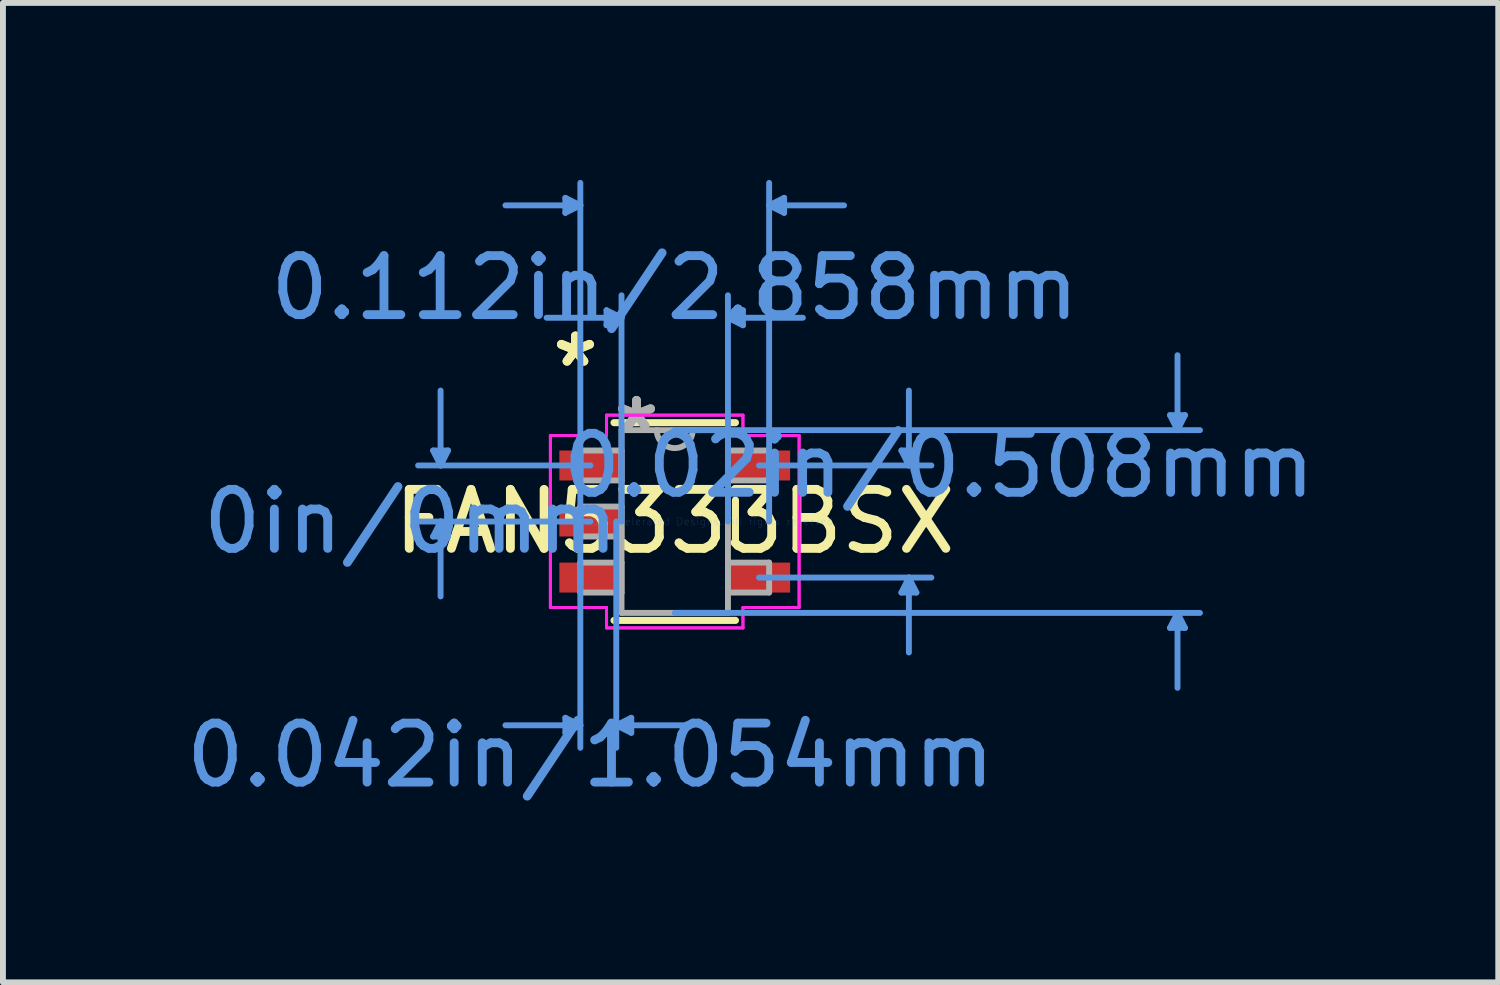
<source format=kicad_pcb>
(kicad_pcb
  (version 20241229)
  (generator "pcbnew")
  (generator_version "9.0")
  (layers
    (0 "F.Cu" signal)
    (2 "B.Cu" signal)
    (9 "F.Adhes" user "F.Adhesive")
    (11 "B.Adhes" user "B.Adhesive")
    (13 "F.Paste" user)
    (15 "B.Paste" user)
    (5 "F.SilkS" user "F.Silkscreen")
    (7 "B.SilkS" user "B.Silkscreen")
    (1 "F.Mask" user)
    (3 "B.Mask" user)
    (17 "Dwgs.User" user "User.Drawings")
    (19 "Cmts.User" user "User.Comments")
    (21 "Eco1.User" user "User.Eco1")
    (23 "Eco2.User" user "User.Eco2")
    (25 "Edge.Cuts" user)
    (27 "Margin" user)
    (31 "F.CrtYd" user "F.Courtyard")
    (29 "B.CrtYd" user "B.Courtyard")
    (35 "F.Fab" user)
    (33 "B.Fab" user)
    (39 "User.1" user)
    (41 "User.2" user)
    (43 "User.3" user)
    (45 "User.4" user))
  (footprint "FAN5333BSX"
    (layer "F.Cu")
    (at 8.387 5.79)
    (property "Reference" "FAN5333BSX" (at 0 0 0) (layer "F.SilkS") (effects (font (size 1 1) (thickness 0.15))))
    (attr through_hole)
    (fp_line (start -1.029 1.676) (end 1.029 1.676) (stroke (width 0.12) (type solid)) (layer "F.SilkS"))
    (fp_line (start 1.029 -1.676) (end -1.029 -1.676) (stroke (width 0.12) (type solid)) (layer "F.SilkS"))
    (fp_line (start 1.029 0.363) (end 1.029 -0.363) (stroke (width 0.12) (type solid)) (layer "F.SilkS"))
    (fp_line (start -4.096 -1.204) (end -3.842 -1.204) (stroke (width 0.1) (type solid)) (layer "Cmts.User"))
    (fp_line (start -4.096 0.254) (end -3.842 0.254) (stroke (width 0.1) (type solid)) (layer "Cmts.User"))
    (fp_line (start -3.969 -0.95) (end -4.096 -1.204) (stroke (width 0.1) (type solid)) (layer "Cmts.User"))
    (fp_line (start -3.969 -0.95) (end -3.969 -2.22) (stroke (width 0.1) (type solid)) (layer "Cmts.User"))
    (fp_line (start -3.969 -0.95) (end -3.842 -1.204) (stroke (width 0.1) (type solid)) (layer "Cmts.User"))
    (fp_line (start -3.969 0) (end -4.096 0.254) (stroke (width 0.1) (type solid)) (layer "Cmts.User"))
    (fp_line (start -3.969 0) (end -3.969 1.27) (stroke (width 0.1) (type solid)) (layer "Cmts.User"))
    (fp_line (start -3.969 0) (end -3.842 0.254) (stroke (width 0.1) (type solid)) (layer "Cmts.User"))
    (fp_line (start -1.854 -5.486) (end -1.854 -5.232) (stroke (width 0.1) (type solid)) (layer "Cmts.User"))
    (fp_line (start -1.854 3.327) (end -1.854 3.581) (stroke (width 0.1) (type solid)) (layer "Cmts.User"))
    (fp_line (start -1.6 -5.359) (end -2.87 -5.359) (stroke (width 0.1) (type solid)) (layer "Cmts.User"))
    (fp_line (start -1.6 -5.359) (end -1.854 -5.486) (stroke (width 0.1) (type solid)) (layer "Cmts.User"))
    (fp_line (start -1.6 -5.359) (end -1.854 -5.232) (stroke (width 0.1) (type solid)) (layer "Cmts.User"))
    (fp_line (start -1.6 0) (end -1.6 -5.74) (stroke (width 0.1) (type solid)) (layer "Cmts.User"))
    (fp_line (start -1.6 0) (end -1.6 3.835) (stroke (width 0.1) (type solid)) (layer "Cmts.User"))
    (fp_line (start -1.6 3.454) (end -2.87 3.454) (stroke (width 0.1) (type solid)) (layer "Cmts.User"))
    (fp_line (start -1.6 3.454) (end -1.854 3.327) (stroke (width 0.1) (type solid)) (layer "Cmts.User"))
    (fp_line (start -1.6 3.454) (end -1.854 3.581) (stroke (width 0.1) (type solid)) (layer "Cmts.User"))
    (fp_line (start -1.429 -0.95) (end -4.35 -0.95) (stroke (width 0.1) (type solid)) (layer "Cmts.User"))
    (fp_line (start -1.429 0) (end -4.35 0) (stroke (width 0.1) (type solid)) (layer "Cmts.User"))
    (fp_line (start -1.156 -3.581) (end -1.156 -3.327) (stroke (width 0.1) (type solid)) (layer "Cmts.User"))
    (fp_line (start -0.991 0) (end -0.991 3.835) (stroke (width 0.1) (type solid)) (layer "Cmts.User"))
    (fp_line (start -0.991 3.454) (end -0.737 3.327) (stroke (width 0.1) (type solid)) (layer "Cmts.User"))
    (fp_line (start -0.991 3.454) (end -0.737 3.581) (stroke (width 0.1) (type solid)) (layer "Cmts.User"))
    (fp_line (start -0.991 3.454) (end 0.279 3.454) (stroke (width 0.1) (type solid)) (layer "Cmts.User"))
    (fp_line (start -0.902 -3.454) (end -2.172 -3.454) (stroke (width 0.1) (type solid)) (layer "Cmts.User"))
    (fp_line (start -0.902 -3.454) (end -1.156 -3.581) (stroke (width 0.1) (type solid)) (layer "Cmts.User"))
    (fp_line (start -0.902 -3.454) (end -1.156 -3.327) (stroke (width 0.1) (type solid)) (layer "Cmts.User"))
    (fp_line (start -0.902 0) (end -0.902 -3.835) (stroke (width 0.1) (type solid)) (layer "Cmts.User"))
    (fp_line (start -0.737 3.327) (end -0.737 3.581) (stroke (width 0.1) (type solid)) (layer "Cmts.User"))
    (fp_line (start 0 -1.549) (end 8.903 -1.549) (stroke (width 0.1) (type solid)) (layer "Cmts.User"))
    (fp_line (start 0 1.549) (end 8.903 1.549) (stroke (width 0.1) (type solid)) (layer "Cmts.User"))
    (fp_line (start 0.902 -3.454) (end 1.156 -3.581) (stroke (width 0.1) (type solid)) (layer "Cmts.User"))
    (fp_line (start 0.902 -3.454) (end 1.156 -3.327) (stroke (width 0.1) (type solid)) (layer "Cmts.User"))
    (fp_line (start 0.902 -3.454) (end 2.172 -3.454) (stroke (width 0.1) (type solid)) (layer "Cmts.User"))
    (fp_line (start 0.902 0) (end 0.902 -3.835) (stroke (width 0.1) (type solid)) (layer "Cmts.User"))
    (fp_line (start 1.156 -3.581) (end 1.156 -3.327) (stroke (width 0.1) (type solid)) (layer "Cmts.User"))
    (fp_line (start 1.429 -0.95) (end 4.35 -0.95) (stroke (width 0.1) (type solid)) (layer "Cmts.User"))
    (fp_line (start 1.429 0.95) (end 4.35 0.95) (stroke (width 0.1) (type solid)) (layer "Cmts.User"))
    (fp_line (start 1.6 -5.359) (end 1.854 -5.486) (stroke (width 0.1) (type solid)) (layer "Cmts.User"))
    (fp_line (start 1.6 -5.359) (end 1.854 -5.232) (stroke (width 0.1) (type solid)) (layer "Cmts.User"))
    (fp_line (start 1.6 -5.359) (end 2.87 -5.359) (stroke (width 0.1) (type solid)) (layer "Cmts.User"))
    (fp_line (start 1.6 0) (end 1.6 -5.74) (stroke (width 0.1) (type solid)) (layer "Cmts.User"))
    (fp_line (start 1.854 -5.486) (end 1.854 -5.232) (stroke (width 0.1) (type solid)) (layer "Cmts.User"))
    (fp_line (start 3.842 -1.204) (end 4.096 -1.204) (stroke (width 0.1) (type solid)) (layer "Cmts.User"))
    (fp_line (start 3.842 1.204) (end 4.096 1.204) (stroke (width 0.1) (type solid)) (layer "Cmts.User"))
    (fp_line (start 3.969 -0.95) (end 3.842 -1.204) (stroke (width 0.1) (type solid)) (layer "Cmts.User"))
    (fp_line (start 3.969 -0.95) (end 3.969 -2.22) (stroke (width 0.1) (type solid)) (layer "Cmts.User"))
    (fp_line (start 3.969 -0.95) (end 4.096 -1.204) (stroke (width 0.1) (type solid)) (layer "Cmts.User"))
    (fp_line (start 3.969 0.95) (end 3.842 1.204) (stroke (width 0.1) (type solid)) (layer "Cmts.User"))
    (fp_line (start 3.969 0.95) (end 3.969 2.22) (stroke (width 0.1) (type solid)) (layer "Cmts.User"))
    (fp_line (start 3.969 0.95) (end 4.096 1.204) (stroke (width 0.1) (type solid)) (layer "Cmts.User"))
    (fp_line (start 8.395 -1.803) (end 8.649 -1.803) (stroke (width 0.1) (type solid)) (layer "Cmts.User"))
    (fp_line (start 8.395 1.803) (end 8.649 1.803) (stroke (width 0.1) (type solid)) (layer "Cmts.User"))
    (fp_line (start 8.522 -1.549) (end 8.395 -1.803) (stroke (width 0.1) (type solid)) (layer "Cmts.User"))
    (fp_line (start 8.522 -1.549) (end 8.522 -2.819) (stroke (width 0.1) (type solid)) (layer "Cmts.User"))
    (fp_line (start 8.522 -1.549) (end 8.649 -1.803) (stroke (width 0.1) (type solid)) (layer "Cmts.User"))
    (fp_line (start 8.522 1.549) (end 8.395 1.803) (stroke (width 0.1) (type solid)) (layer "Cmts.User"))
    (fp_line (start 8.522 1.549) (end 8.522 2.819) (stroke (width 0.1) (type solid)) (layer "Cmts.User"))
    (fp_line (start 8.522 1.549) (end 8.649 1.803) (stroke (width 0.1) (type solid)) (layer "Cmts.User"))
    (fp_line (start -2.108 -1.458) (end -1.156 -1.458) (stroke (width 0.05) (type solid)) (layer "F.CrtYd"))
    (fp_line (start -2.108 -1.458) (end -1.156 -1.458) (stroke (width 0.05) (type solid)) (layer "F.CrtYd"))
    (fp_line (start -2.108 1.458) (end -2.108 -1.458) (stroke (width 0.05) (type solid)) (layer "F.CrtYd"))
    (fp_line (start -2.108 1.458) (end -2.108 -1.458) (stroke (width 0.05) (type solid)) (layer "F.CrtYd"))
    (fp_line (start -1.156 -1.803) (end 1.156 -1.803) (stroke (width 0.05) (type solid)) (layer "F.CrtYd"))
    (fp_line (start -1.156 -1.803) (end 1.156 -1.803) (stroke (width 0.05) (type solid)) (layer "F.CrtYd"))
    (fp_line (start -1.156 -1.458) (end -1.156 -1.803) (stroke (width 0.05) (type solid)) (layer "F.CrtYd"))
    (fp_line (start -1.156 -1.458) (end -1.156 -1.803) (stroke (width 0.05) (type solid)) (layer "F.CrtYd"))
    (fp_line (start -1.156 1.458) (end -2.108 1.458) (stroke (width 0.05) (type solid)) (layer "F.CrtYd"))
    (fp_line (start -1.156 1.458) (end -2.108 1.458) (stroke (width 0.05) (type solid)) (layer "F.CrtYd"))
    (fp_line (start -1.156 1.803) (end -1.156 1.458) (stroke (width 0.05) (type solid)) (layer "F.CrtYd"))
    (fp_line (start -1.156 1.803) (end -1.156 1.458) (stroke (width 0.05) (type solid)) (layer "F.CrtYd"))
    (fp_line (start 1.156 -1.803) (end 1.156 -1.458) (stroke (width 0.05) (type solid)) (layer "F.CrtYd"))
    (fp_line (start 1.156 -1.803) (end 1.156 -1.458) (stroke (width 0.05) (type solid)) (layer "F.CrtYd"))
    (fp_line (start 1.156 -1.458) (end 2.108 -1.458) (stroke (width 0.05) (type solid)) (layer "F.CrtYd"))
    (fp_line (start 1.156 -1.458) (end 2.108 -1.458) (stroke (width 0.05) (type solid)) (layer "F.CrtYd"))
    (fp_line (start 1.156 1.458) (end 1.156 1.803) (stroke (width 0.05) (type solid)) (layer "F.CrtYd"))
    (fp_line (start 1.156 1.458) (end 1.156 1.803) (stroke (width 0.05) (type solid)) (layer "F.CrtYd"))
    (fp_line (start 1.156 1.803) (end -1.156 1.803) (stroke (width 0.05) (type solid)) (layer "F.CrtYd"))
    (fp_line (start 1.156 1.803) (end -1.156 1.803) (stroke (width 0.05) (type solid)) (layer "F.CrtYd"))
    (fp_line (start 2.108 -1.458) (end 2.108 1.458) (stroke (width 0.05) (type solid)) (layer "F.CrtYd"))
    (fp_line (start 2.108 -1.458) (end 2.108 1.458) (stroke (width 0.05) (type solid)) (layer "F.CrtYd"))
    (fp_line (start 2.108 1.458) (end 1.156 1.458) (stroke (width 0.05) (type solid)) (layer "F.CrtYd"))
    (fp_line (start 2.108 1.458) (end 1.156 1.458) (stroke (width 0.05) (type solid)) (layer "F.CrtYd"))
    (fp_line (start -1.6 -1.204) (end -1.6 -0.696) (stroke (width 0.1) (type solid)) (layer "F.Fab"))
    (fp_line (start -1.6 -0.696) (end -0.902 -0.696) (stroke (width 0.1) (type solid)) (layer "F.Fab"))
    (fp_line (start -1.6 -0.254) (end -1.6 0.254) (stroke (width 0.1) (type solid)) (layer "F.Fab"))
    (fp_line (start -1.6 0.254) (end -0.902 0.254) (stroke (width 0.1) (type solid)) (layer "F.Fab"))
    (fp_line (start -1.6 0.696) (end -1.6 1.204) (stroke (width 0.1) (type solid)) (layer "F.Fab"))
    (fp_line (start -1.6 1.204) (end -0.902 1.204) (stroke (width 0.1) (type solid)) (layer "F.Fab"))
    (fp_line (start -0.902 -1.549) (end -0.902 1.549) (stroke (width 0.1) (type solid)) (layer "F.Fab"))
    (fp_line (start -0.902 -1.204) (end -1.6 -1.204) (stroke (width 0.1) (type solid)) (layer "F.Fab"))
    (fp_line (start -0.902 -0.696) (end -0.902 -1.204) (stroke (width 0.1) (type solid)) (layer "F.Fab"))
    (fp_line (start -0.902 -0.254) (end -1.6 -0.254) (stroke (width 0.1) (type solid)) (layer "F.Fab"))
    (fp_line (start -0.902 0.254) (end -0.902 -0.254) (stroke (width 0.1) (type solid)) (layer "F.Fab"))
    (fp_line (start -0.902 0.696) (end -1.6 0.696) (stroke (width 0.1) (type solid)) (layer "F.Fab"))
    (fp_line (start -0.902 1.204) (end -0.902 0.696) (stroke (width 0.1) (type solid)) (layer "F.Fab"))
    (fp_line (start -0.902 1.549) (end 0.902 1.549) (stroke (width 0.1) (type solid)) (layer "F.Fab"))
    (fp_line (start 0.902 -1.549) (end -0.902 -1.549) (stroke (width 0.1) (type solid)) (layer "F.Fab"))
    (fp_line (start 0.902 -1.204) (end 0.902 -0.696) (stroke (width 0.1) (type solid)) (layer "F.Fab"))
    (fp_line (start 0.902 -0.696) (end 1.6 -0.696) (stroke (width 0.1) (type solid)) (layer "F.Fab"))
    (fp_line (start 0.902 0.696) (end 0.902 1.204) (stroke (width 0.1) (type solid)) (layer "F.Fab"))
    (fp_line (start 0.902 1.204) (end 1.6 1.204) (stroke (width 0.1) (type solid)) (layer "F.Fab"))
    (fp_line (start 0.902 1.549) (end 0.902 -1.549) (stroke (width 0.1) (type solid)) (layer "F.Fab"))
    (fp_line (start 1.6 -1.204) (end 0.902 -1.204) (stroke (width 0.1) (type solid)) (layer "F.Fab"))
    (fp_line (start 1.6 -0.696) (end 1.6 -1.204) (stroke (width 0.1) (type solid)) (layer "F.Fab"))
    (fp_line (start 1.6 0.696) (end 0.902 0.696) (stroke (width 0.1) (type solid)) (layer "F.Fab"))
    (fp_line (start 1.6 1.204) (end 1.6 0.696) (stroke (width 0.1) (type solid)) (layer "F.Fab"))
    (fp_arc (start 0.3048 -1.5494) (mid 0 -1.2446) (end -0.3048 -1.5494) (stroke (width 0.1) (type solid)) (layer "F.Fab"))
    (fp_text user "*" (at -1.683 -2.601 0) (layer "F.SilkS") (effects (font (size 1 1) (thickness 0.15))))
    (fp_text user "*" (at -1.683 -2.601 0) (layer "F.SilkS") (effects (font (size 1 1) (thickness 0.15))))
    (fp_text user "0.112in/2.858mm" (at 0 -3.962 0) (layer "Cmts.User") (effects (font (size 1 1) (thickness 0.15))))
    (fp_text user "0.02in/0.508mm" (at 4.477 -0.95 0) (layer "Cmts.User") (effects (font (size 1 1) (thickness 0.15))))
    (fp_text user "0.042in/1.054mm" (at -1.429 3.962 0) (layer "Cmts.User") (effects (font (size 1 1) (thickness 0.15))))
    (fp_text user "Copyright 2021 Accelerated Designs. All rights reserved." (at 0 0 0) (layer "Cmts.User") (effects (font (size 0.127 0.127) (thickness 0.002))))
    (fp_text user "0in/0mm" (at -4.477 0 0) (layer "Cmts.User") (effects (font (size 1 1) (thickness 0.15))))
    (fp_text user "*" (at -0.648 -1.509 0) (layer "F.Fab") (effects (font (size 1 1) (thickness 0.15))))
    (fp_text user "*" (at -0.648 -1.509 0) (layer "F.Fab") (effects (font (size 1 1) (thickness 0.15))))
    (pad "1" smd rect (at -1.429 -0.95) (size 1.054 0.508) (layers "F.Cu" "F.Mask" "F.Paste"))
    (pad "2" smd rect (at -1.429 0) (size 1.054 0.508) (layers "F.Cu" "F.Mask" "F.Paste"))
    (pad "3" smd rect (at -1.429 0.95) (size 1.054 0.508) (layers "F.Cu" "F.Mask" "F.Paste"))
    (pad "4" smd rect (at 1.429 0.95) (size 1.054 0.508) (layers "F.Cu" "F.Mask" "F.Paste"))
    (pad "5" smd rect (at 1.429 -0.95) (size 1.054 0.508) (layers "F.Cu" "F.Mask" "F.Paste")))
  (gr_rect
    (start -3 -3)
    (end 22.346 13.601)
    (stroke (width 0.1) (type default))
    (fill no)
    (layer "Edge.Cuts")))
</source>
